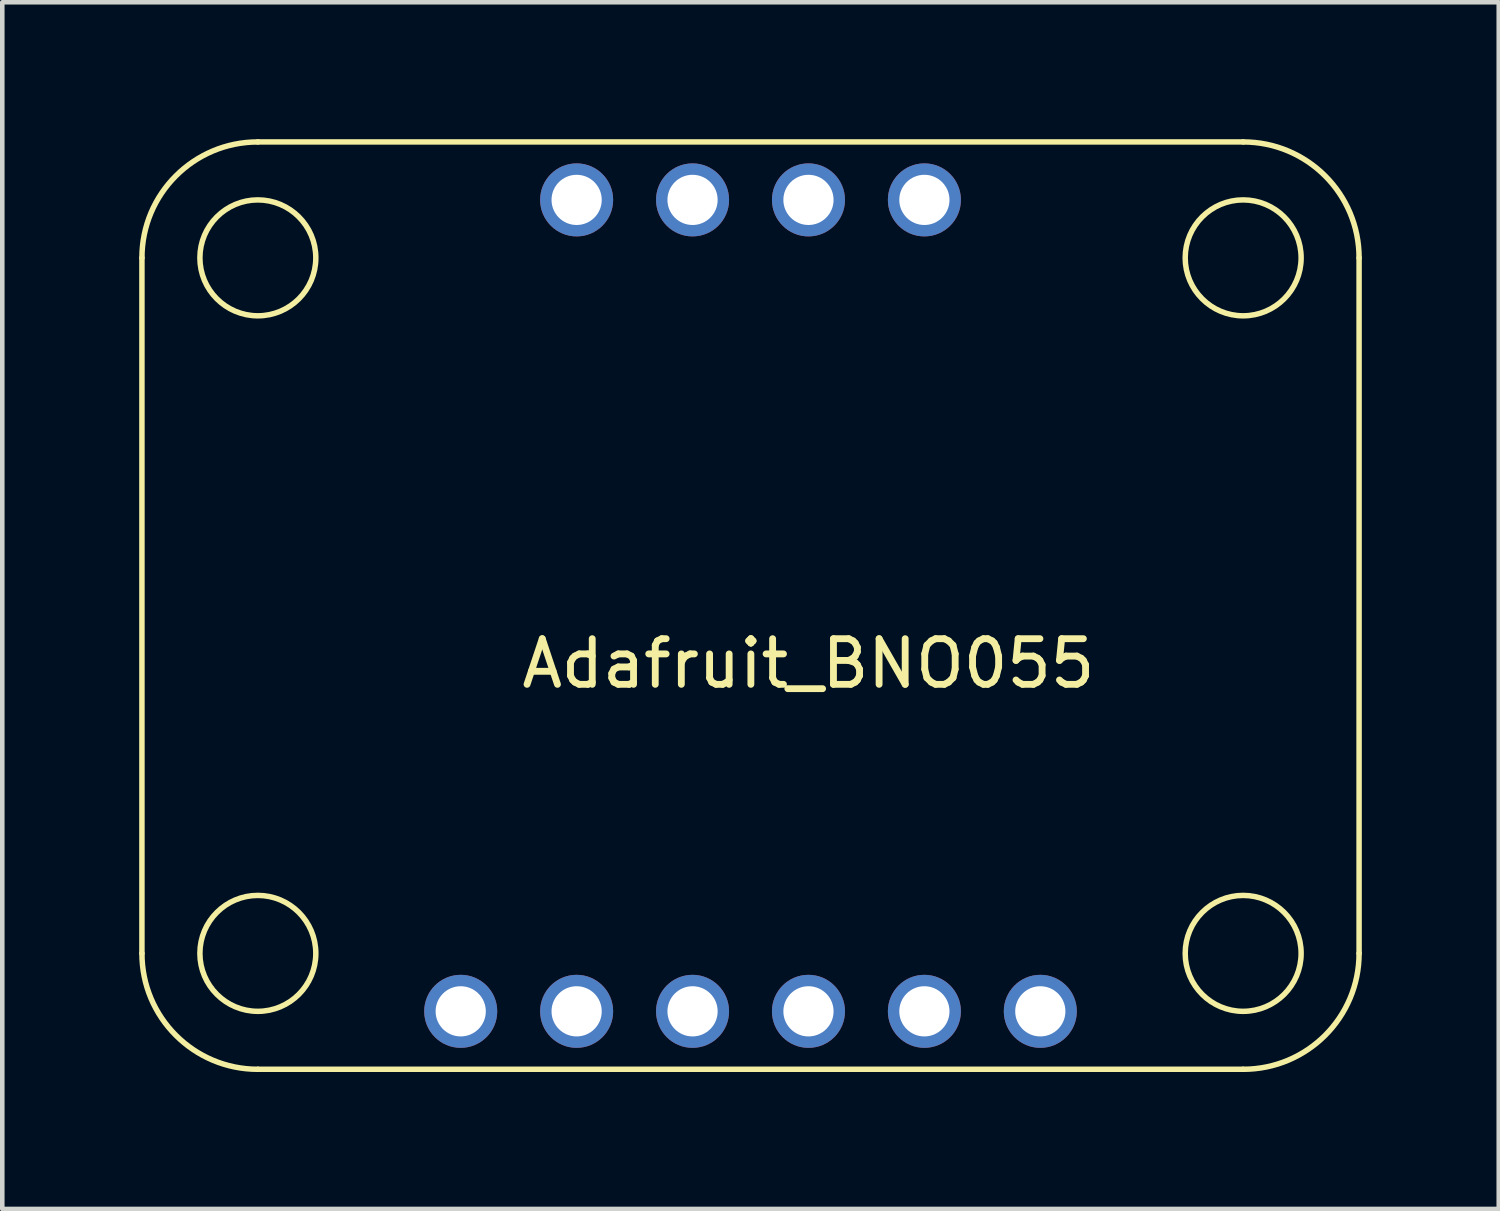
<source format=kicad_pcb>
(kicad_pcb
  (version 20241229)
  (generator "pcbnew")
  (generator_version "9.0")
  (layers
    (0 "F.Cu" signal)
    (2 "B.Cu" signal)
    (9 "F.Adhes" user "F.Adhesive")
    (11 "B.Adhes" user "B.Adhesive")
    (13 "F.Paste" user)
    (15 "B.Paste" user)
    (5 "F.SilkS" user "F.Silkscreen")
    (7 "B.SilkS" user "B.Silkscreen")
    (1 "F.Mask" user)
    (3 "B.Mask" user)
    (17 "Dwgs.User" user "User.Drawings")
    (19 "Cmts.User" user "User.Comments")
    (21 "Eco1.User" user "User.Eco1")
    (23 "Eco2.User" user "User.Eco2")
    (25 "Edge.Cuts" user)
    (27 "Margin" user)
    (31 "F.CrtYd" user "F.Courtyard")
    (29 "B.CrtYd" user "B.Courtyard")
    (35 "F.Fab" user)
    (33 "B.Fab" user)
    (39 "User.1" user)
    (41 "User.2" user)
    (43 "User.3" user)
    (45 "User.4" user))
  (footprint "Adafruit_BNO055"
    (layer "F.Cu")
    (at 13.395 10.22)
    (property "Reference" "Adafruit_BNO055" (at 1.27 1.27 180) (layer "F.SilkS") (effects (font (size 1 1) (thickness 0.15))))
    (attr through_hole)
    (fp_line (start -13.335 7.62) (end -13.335 -7.62) (stroke (width 0.12) (type solid)) (layer "F.SilkS"))
    (fp_line (start -10.795 -10.16) (end 10.795 -10.16) (stroke (width 0.12) (type solid)) (layer "F.SilkS"))
    (fp_line (start -10.795 10.16) (end 10.795 10.16) (stroke (width 0.12) (type solid)) (layer "F.SilkS"))
    (fp_line (start 13.335 7.62) (end 13.335 -7.62) (stroke (width 0.12) (type solid)) (layer "F.SilkS"))
    (fp_arc (start -13.335 -7.62) (mid -12.591051 -9.416051) (end -10.795 -10.16) (stroke (width 0.12) (type solid)) (layer "F.SilkS"))
    (fp_arc (start -10.795 10.16) (mid -12.591051 9.416051) (end -13.335 7.62) (stroke (width 0.12) (type solid)) (layer "F.SilkS"))
    (fp_arc (start 10.795 -10.16) (mid 12.591051 -9.416051) (end 13.335 -7.62) (stroke (width 0.12) (type solid)) (layer "F.SilkS"))
    (fp_arc (start 13.335 7.62) (mid 12.591051 9.416051) (end 10.795 10.16) (stroke (width 0.12) (type solid)) (layer "F.SilkS"))
    (fp_circle (center -10.795 -7.62) (end -9.525 -7.62) (stroke (width 0.12) (type solid)) (fill no) (layer "F.SilkS"))
    (fp_circle (center -10.795 7.62) (end -9.525 7.62) (stroke (width 0.12) (type solid)) (fill no) (layer "F.SilkS"))
    (fp_circle (center 10.795 -7.62) (end 12.065 -7.62) (stroke (width 0.12) (type solid)) (fill no) (layer "F.SilkS"))
    (fp_circle (center 10.795 7.62) (end 12.065 7.62) (stroke (width 0.12) (type solid)) (fill no) (layer "F.SilkS"))
    (pad "1" thru_hole circle (at -6.35 8.89) (size 1.6 1.6) (drill 1.1) (layers "*.Cu" "*.Mask"))
    (pad "2" thru_hole circle (at -3.81 8.89) (size 1.6 1.6) (drill 1.1) (layers "*.Cu" "*.Mask"))
    (pad "3" thru_hole circle (at -1.27 8.89) (size 1.6 1.6) (drill 1.1) (layers "*.Cu" "*.Mask"))
    (pad "4" thru_hole circle (at 1.27 8.89) (size 1.6 1.6) (drill 1.1) (layers "*.Cu" "*.Mask"))
    (pad "5" thru_hole circle (at 3.81 8.89) (size 1.6 1.6) (drill 1.1) (layers "*.Cu" "*.Mask"))
    (pad "6" thru_hole circle (at 6.35 8.89) (size 1.6 1.6) (drill 1.1) (layers "*.Cu" "*.Mask"))
    (pad "7" thru_hole circle (at -3.81 -8.89) (size 1.6 1.6) (drill 1.1) (layers "*.Cu" "*.Mask"))
    (pad "8" thru_hole circle (at -1.27 -8.89) (size 1.6 1.6) (drill 1.1) (layers "*.Cu" "*.Mask"))
    (pad "9" thru_hole circle (at 1.27 -8.89) (size 1.6 1.6) (drill 1.1) (layers "*.Cu" "*.Mask"))
    (pad "10" thru_hole circle (at 3.81 -8.89) (size 1.6 1.6) (drill 1.1) (layers "*.Cu" "*.Mask")))
  (gr_rect
    (start -3 -3)
    (end 29.79 23.44)
    (stroke (width 0.1) (type default))
    (fill no)
    (layer "Edge.Cuts")))
</source>
